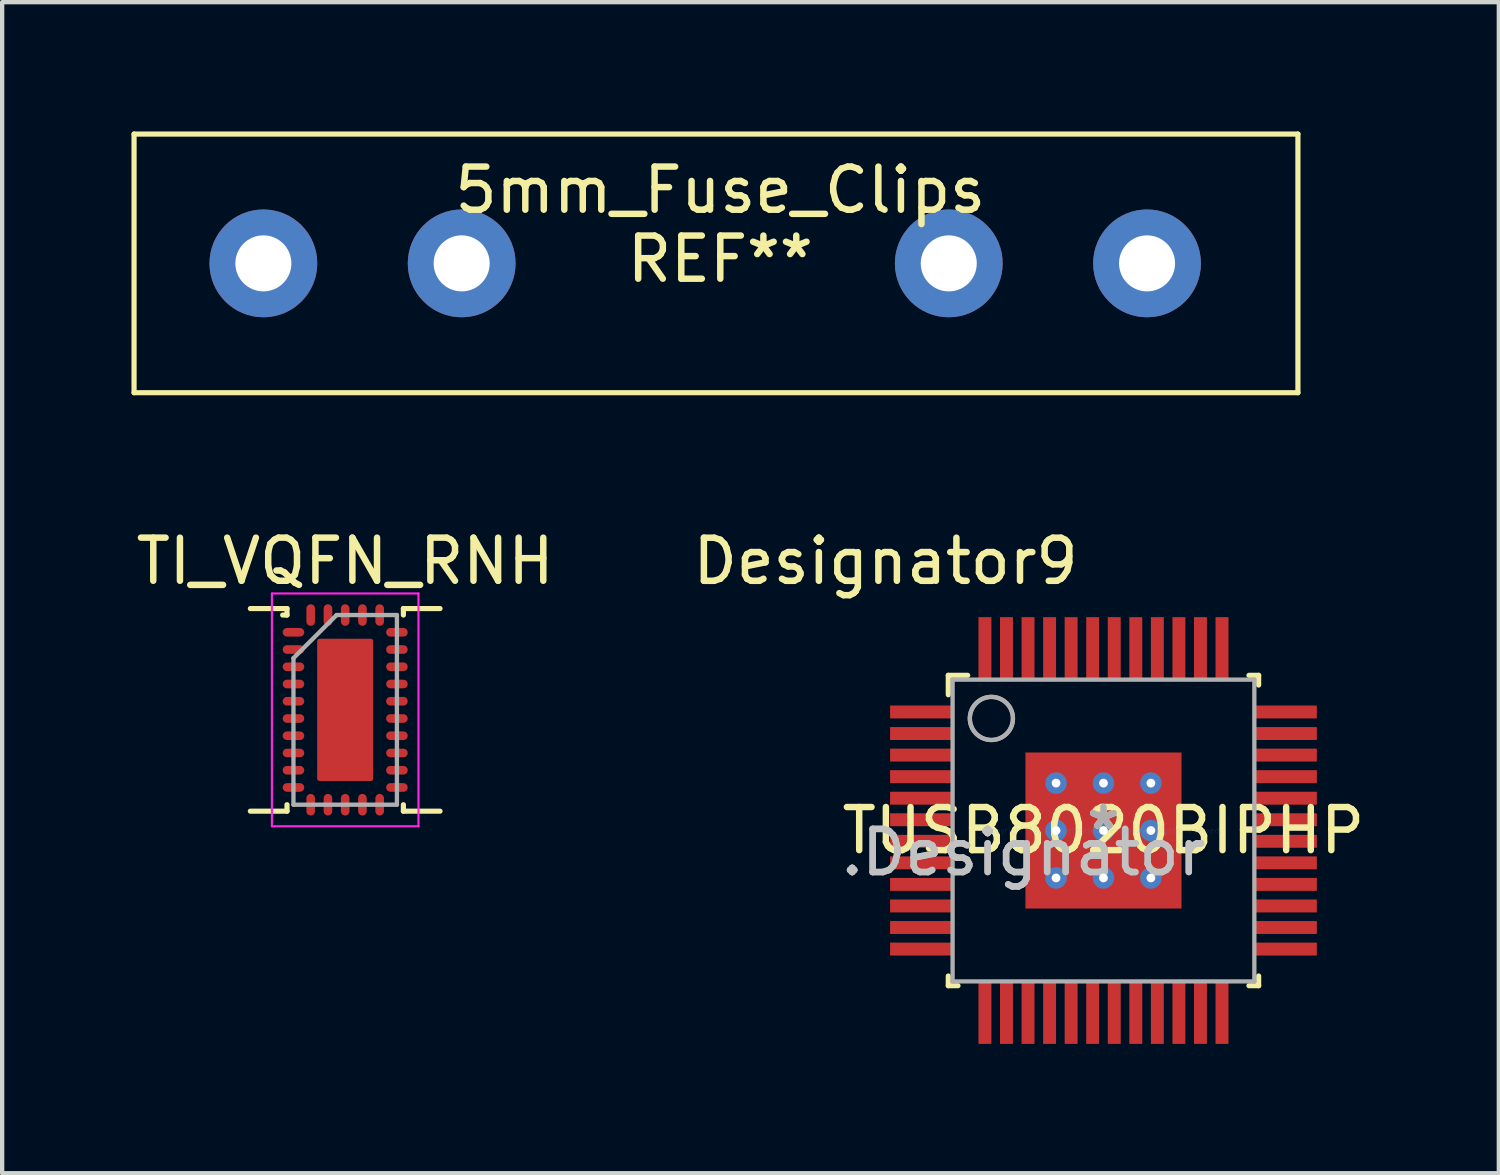
<source format=kicad_pcb>
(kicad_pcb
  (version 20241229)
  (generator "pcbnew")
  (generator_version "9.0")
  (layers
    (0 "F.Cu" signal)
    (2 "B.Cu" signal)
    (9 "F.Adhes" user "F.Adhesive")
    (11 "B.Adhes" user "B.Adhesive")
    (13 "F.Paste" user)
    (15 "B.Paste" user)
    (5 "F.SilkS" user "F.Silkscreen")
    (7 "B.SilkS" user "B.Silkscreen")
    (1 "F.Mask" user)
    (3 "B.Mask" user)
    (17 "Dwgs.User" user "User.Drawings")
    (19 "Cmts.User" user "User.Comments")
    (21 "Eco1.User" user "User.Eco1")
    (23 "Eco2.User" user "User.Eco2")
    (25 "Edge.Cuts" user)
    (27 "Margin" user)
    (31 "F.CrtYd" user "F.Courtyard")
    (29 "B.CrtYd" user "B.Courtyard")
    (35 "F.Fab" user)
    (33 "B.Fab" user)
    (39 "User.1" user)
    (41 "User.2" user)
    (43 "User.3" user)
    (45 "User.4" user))
  (footprint "5mm_Fuse_Clips"
    (layer "F.Cu")
    (at 3.06 3.06)
    (property "Reference" "5mm_Fuse_Clips" (at 10.6 -1.7 0) (layer "F.SilkS") (effects (font (size 1 1) (thickness 0.15))))
    (attr through_hole)
    (fp_line (start -3 -3) (end -3 3) (stroke (width 0.12) (type solid)) (layer "F.SilkS"))
    (fp_line (start -3 3) (end 24 3) (stroke (width 0.12) (type solid)) (layer "F.SilkS"))
    (fp_line (start 24 -3) (end -3 -3) (stroke (width 0.12) (type solid)) (layer "F.SilkS"))
    (fp_line (start 24 3) (end 24 -3) (stroke (width 0.12) (type solid)) (layer "F.SilkS"))
    (fp_text user "REF**" (at 10.6 -0.1 0) (layer "F.SilkS") (effects (font (size 1 1) (thickness 0.15))))
    (pad "1" thru_hole circle (at 0 0) (size 2.5 2.5) (drill 1.3) (layers "*.Cu" "*.Mask"))
    (pad "1" thru_hole circle (at 4.6 0) (size 2.5 2.5) (drill 1.3) (layers "*.Cu" "*.Mask"))
    (pad "2" thru_hole circle (at 15.9 0) (size 2.5 2.5) (drill 1.3) (layers "*.Cu" "*.Mask"))
    (pad "2" thru_hole circle (at 20.5 0) (size 2.5 2.5) (drill 1.3) (layers "*.Cu" "*.Mask")))
  (footprint "TUSB8020BIPHP"
    (layer "F.Cu")
    (at 22.549 16.217)
    (property "Reference" "TUSB8020BIPHP" (at 0 0 0) (layer "F.SilkS") (effects (font (size 1 1) (thickness 0.15))))
    (attr through_hole)
    (fp_line (start -3.6 -3.6) (end -3.15 -3.6) (stroke (width 0.12) (type solid)) (layer "F.SilkS"))
    (fp_line (start -3.6 -3.15) (end -3.6 -3.6) (stroke (width 0.12) (type solid)) (layer "F.SilkS"))
    (fp_line (start -3.6 3.6) (end -3.6 3.375) (stroke (width 0.12) (type solid)) (layer "F.SilkS"))
    (fp_line (start -3.6 3.6) (end -3.375 3.6) (stroke (width 0.12) (type solid)) (layer "F.SilkS"))
    (fp_line (start 3.375 -3.6) (end 3.6 -3.6) (stroke (width 0.12) (type solid)) (layer "F.SilkS"))
    (fp_line (start 3.375 3.6) (end 3.6 3.6) (stroke (width 0.12) (type solid)) (layer "F.SilkS"))
    (fp_line (start 3.6 -3.375) (end 3.6 -3.6) (stroke (width 0.12) (type solid)) (layer "F.SilkS"))
    (fp_line (start 3.6 3.6) (end 3.6 3.375) (stroke (width 0.12) (type solid)) (layer "F.SilkS"))
    (fp_line (start -3.5 -3.5) (end 3.5 -3.5) (stroke (width 0.1) (type solid)) (layer "F.Fab"))
    (fp_line (start -3.5 3.5) (end -3.5 -3.5) (stroke (width 0.1) (type solid)) (layer "F.Fab"))
    (fp_line (start -3.5 3.5) (end 3.5 3.5) (stroke (width 0.1) (type solid)) (layer "F.Fab"))
    (fp_line (start 3.5 3.5) (end 3.5 -3.5) (stroke (width 0.1) (type solid)) (layer "F.Fab"))
    (fp_circle (center -2.6 -2.6) (end -2.1 -2.6) (stroke (width 0.1) (type solid)) (fill no) (layer "F.Fab"))
    (fp_circle (center -2.6 -2.6) (end -2.1 -2.6) (stroke (width 0.1) (type solid)) (fill no) (layer "F.Fab"))
    (fp_text user "Designator9" (at -5.055 -6.248 0) (layer "F.SilkS") (effects (font (size 1 1) (thickness 0.15))))
    (fp_text user "*" (at 0 0 0) (layer "F.SilkS") (effects (font (size 1 1) (thickness 0.15))))
    (fp_text user ".Designator" (at -1.854 0.508 0) (layer "Dwgs.User") (effects (font (size 1 1) (thickness 0.15))))
    (fp_text user "Copyright 2021 Accelerated Designs. All rights reserved." (at 0 0 0) (layer "Cmts.User") (effects (font (size 0.127 0.127) (thickness 0.002))))
    (fp_text user "*" (at 0 0 0) (layer "F.Fab") (effects (font (size 1 1) (thickness 0.15))))
    (fp_text user ".Designator" (at -1.854 0.508 0) (layer "F.Fab") (effects (font (size 1 1) (thickness 0.15))))
    (pad "1" smd rect (at -4.225 -2.75 90) (size 0.3 1.45) (layers "F.Cu" "F.Mask" "F.Paste"))
    (pad "2" smd rect (at -4.225 -2.25 90) (size 0.3 1.45) (layers "F.Cu" "F.Mask" "F.Paste"))
    (pad "3" smd rect (at -4.225 -1.75 90) (size 0.3 1.45) (layers "F.Cu" "F.Mask" "F.Paste"))
    (pad "4" smd rect (at -4.225 -1.25 90) (size 0.3 1.45) (layers "F.Cu" "F.Mask" "F.Paste"))
    (pad "5" smd rect (at -4.225 -0.75 90) (size 0.3 1.45) (layers "F.Cu" "F.Mask" "F.Paste"))
    (pad "6" smd rect (at -4.225 -0.25 90) (size 0.3 1.45) (layers "F.Cu" "F.Mask" "F.Paste"))
    (pad "7" smd rect (at -4.225 0.25 90) (size 0.3 1.45) (layers "F.Cu" "F.Mask" "F.Paste"))
    (pad "8" smd rect (at -4.225 0.75 90) (size 0.3 1.45) (layers "F.Cu" "F.Mask" "F.Paste"))
    (pad "9" smd rect (at -4.225 1.25 90) (size 0.3 1.45) (layers "F.Cu" "F.Mask" "F.Paste"))
    (pad "10" smd rect (at -4.225 1.75 90) (size 0.3 1.45) (layers "F.Cu" "F.Mask" "F.Paste"))
    (pad "11" smd rect (at -4.225 2.25 90) (size 0.3 1.45) (layers "F.Cu" "F.Mask" "F.Paste"))
    (pad "12" smd rect (at -4.225 2.75 90) (size 0.3 1.45) (layers "F.Cu" "F.Mask" "F.Paste"))
    (pad "13" smd rect (at -2.75 4.225) (size 0.3 1.45) (layers "F.Cu" "F.Mask" "F.Paste"))
    (pad "14" smd rect (at -2.25 4.225) (size 0.3 1.45) (layers "F.Cu" "F.Mask" "F.Paste"))
    (pad "15" smd rect (at -1.75 4.225) (size 0.3 1.45) (layers "F.Cu" "F.Mask" "F.Paste"))
    (pad "16" smd rect (at -1.25 4.225) (size 0.3 1.45) (layers "F.Cu" "F.Mask" "F.Paste"))
    (pad "17" smd rect (at -0.75 4.225) (size 0.3 1.45) (layers "F.Cu" "F.Mask" "F.Paste"))
    (pad "18" smd rect (at -0.25 4.225) (size 0.3 1.45) (layers "F.Cu" "F.Mask" "F.Paste"))
    (pad "19" smd rect (at 0.25 4.225) (size 0.3 1.45) (layers "F.Cu" "F.Mask" "F.Paste"))
    (pad "20" smd rect (at 0.75 4.225) (size 0.3 1.45) (layers "F.Cu" "F.Mask" "F.Paste"))
    (pad "21" smd rect (at 1.25 4.225) (size 0.3 1.45) (layers "F.Cu" "F.Mask" "F.Paste"))
    (pad "22" smd rect (at 1.75 4.225) (size 0.3 1.45) (layers "F.Cu" "F.Mask" "F.Paste"))
    (pad "23" smd rect (at 2.25 4.225) (size 0.3 1.45) (layers "F.Cu" "F.Mask" "F.Paste"))
    (pad "24" smd rect (at 2.75 4.225) (size 0.3 1.45) (layers "F.Cu" "F.Mask" "F.Paste"))
    (pad "25" smd rect (at 4.225 2.75 90) (size 0.3 1.45) (layers "F.Cu" "F.Mask" "F.Paste"))
    (pad "26" smd rect (at 4.225 2.25 90) (size 0.3 1.45) (layers "F.Cu" "F.Mask" "F.Paste"))
    (pad "27" smd rect (at 4.225 1.75 90) (size 0.3 1.45) (layers "F.Cu" "F.Mask" "F.Paste"))
    (pad "28" smd rect (at 4.225 1.25 90) (size 0.3 1.45) (layers "F.Cu" "F.Mask" "F.Paste"))
    (pad "29" smd rect (at 4.225 0.75 90) (size 0.3 1.45) (layers "F.Cu" "F.Mask" "F.Paste"))
    (pad "30" smd rect (at 4.225 0.25 90) (size 0.3 1.45) (layers "F.Cu" "F.Mask" "F.Paste"))
    (pad "31" smd rect (at 4.225 -0.25 90) (size 0.3 1.45) (layers "F.Cu" "F.Mask" "F.Paste"))
    (pad "32" smd rect (at 4.225 -0.75 90) (size 0.3 1.45) (layers "F.Cu" "F.Mask" "F.Paste"))
    (pad "33" smd rect (at 4.225 -1.25 90) (size 0.3 1.45) (layers "F.Cu" "F.Mask" "F.Paste"))
    (pad "34" smd rect (at 4.225 -1.75 90) (size 0.3 1.45) (layers "F.Cu" "F.Mask" "F.Paste"))
    (pad "35" smd rect (at 4.225 -2.25 90) (size 0.3 1.45) (layers "F.Cu" "F.Mask" "F.Paste"))
    (pad "36" smd rect (at 4.225 -2.75 90) (size 0.3 1.45) (layers "F.Cu" "F.Mask" "F.Paste"))
    (pad "37" smd rect (at 2.75 -4.225) (size 0.3 1.45) (layers "F.Cu" "F.Mask" "F.Paste"))
    (pad "38" smd rect (at 2.25 -4.225) (size 0.3 1.45) (layers "F.Cu" "F.Mask" "F.Paste"))
    (pad "39" smd rect (at 1.75 -4.225) (size 0.3 1.45) (layers "F.Cu" "F.Mask" "F.Paste"))
    (pad "40" smd rect (at 1.25 -4.225) (size 0.3 1.45) (layers "F.Cu" "F.Mask" "F.Paste"))
    (pad "41" smd rect (at 0.75 -4.225) (size 0.3 1.45) (layers "F.Cu" "F.Mask" "F.Paste"))
    (pad "42" smd rect (at 0.25 -4.225) (size 0.3 1.45) (layers "F.Cu" "F.Mask" "F.Paste"))
    (pad "43" smd rect (at -0.25 -4.225) (size 0.3 1.45) (layers "F.Cu" "F.Mask" "F.Paste"))
    (pad "44" smd rect (at -0.75 -4.225) (size 0.3 1.45) (layers "F.Cu" "F.Mask" "F.Paste"))
    (pad "45" smd rect (at -1.25 -4.225) (size 0.3 1.45) (layers "F.Cu" "F.Mask" "F.Paste"))
    (pad "46" smd rect (at -1.75 -4.225) (size 0.3 1.45) (layers "F.Cu" "F.Mask" "F.Paste"))
    (pad "47" smd rect (at -2.25 -4.225) (size 0.3 1.45) (layers "F.Cu" "F.Mask" "F.Paste"))
    (pad "48" smd rect (at -2.75 -4.225) (size 0.3 1.45) (layers "F.Cu" "F.Mask" "F.Paste"))
    (pad "49" smd rect (at 0 -0.000003) (size 3.62 3.62) (layers "F.Cu" "F.Mask" "F.Paste"))
    (pad "V" thru_hole circle (at -1.1 -1.1) (size 0.5 0.5) (drill 0.203) (layers "*.Cu" "*.Mask"))
    (pad "V" thru_hole circle (at -1.1 0) (size 0.5 0.5) (drill 0.203) (layers "*.Cu" "*.Mask"))
    (pad "V" thru_hole circle (at -1.1 1.1) (size 0.5 0.5) (drill 0.203) (layers "*.Cu" "*.Mask"))
    (pad "V" thru_hole circle (at 0 -1.1) (size 0.5 0.5) (drill 0.203) (layers "*.Cu" "*.Mask"))
    (pad "V" thru_hole circle (at 0 0) (size 0.5 0.5) (drill 0.203) (layers "*.Cu" "*.Mask"))
    (pad "V" thru_hole circle (at 0 1.1) (size 0.5 0.5) (drill 0.203) (layers "*.Cu" "*.Mask"))
    (pad "V" thru_hole circle (at 1.1 -1.1) (size 0.5 0.5) (drill 0.203) (layers "*.Cu" "*.Mask"))
    (pad "V" thru_hole circle (at 1.1 0) (size 0.5 0.5) (drill 0.203) (layers "*.Cu" "*.Mask"))
    (pad "V" thru_hole circle (at 1.1 1.1) (size 0.5 0.5) (drill 0.203) (layers "*.Cu" "*.Mask")))
  (footprint "TI_VQFN_RNH"
    (layer "F.Cu")
    (at 4.958 13.418)
    (property "Reference" "TI_VQFN_RNH" (at 0 -3.45 0) (layer "F.SilkS") (effects (font (size 1 1) (thickness 0.15))))
    (attr smd)
    (fp_line (start -2.2 -2.35) (end -1.35 -2.35) (stroke (width 0.12) (type solid)) (layer "F.SilkS"))
    (fp_line (start -2.2 2.35) (end -1.35 2.35) (stroke (width 0.12) (type solid)) (layer "F.SilkS"))
    (fp_line (start -1.35 -2.35) (end -1.35 -2.2) (stroke (width 0.12) (type solid)) (layer "F.SilkS"))
    (fp_line (start -1.35 -2.2) (end -1.45 -2.2) (stroke (width 0.12) (type solid)) (layer "F.SilkS"))
    (fp_line (start -1.35 2.35) (end -1.35 2.2) (stroke (width 0.12) (type solid)) (layer "F.SilkS"))
    (fp_line (start 1.35 -2.35) (end 1.35 -2.2) (stroke (width 0.12) (type solid)) (layer "F.SilkS"))
    (fp_line (start 1.35 2.35) (end 1.35 2.2) (stroke (width 0.12) (type solid)) (layer "F.SilkS"))
    (fp_line (start 2.2 -2.35) (end 1.35 -2.35) (stroke (width 0.12) (type solid)) (layer "F.SilkS"))
    (fp_line (start 2.2 2.35) (end 1.35 2.35) (stroke (width 0.12) (type solid)) (layer "F.SilkS"))
    (fp_line (start -1.7 -2.7) (end 1.7 -2.7) (stroke (width 0.05) (type solid)) (layer "F.CrtYd"))
    (fp_line (start -1.7 2.7) (end -1.7 -2.7) (stroke (width 0.05) (type solid)) (layer "F.CrtYd"))
    (fp_line (start 1.7 -2.7) (end 1.7 2.7) (stroke (width 0.05) (type solid)) (layer "F.CrtYd"))
    (fp_line (start 1.7 2.7) (end -1.7 2.7) (stroke (width 0.05) (type solid)) (layer "F.CrtYd"))
    (fp_line (start -1.2 -1.2) (end -1.2 2.2) (stroke (width 0.1) (type solid)) (layer "F.Fab"))
    (fp_line (start -1.2 2.2) (end 1.2 2.2) (stroke (width 0.1) (type solid)) (layer "F.Fab"))
    (fp_line (start -0.2 -2.2) (end -1.2 -1.2) (stroke (width 0.1) (type solid)) (layer "F.Fab"))
    (fp_line (start 1.2 -2.2) (end -0.2 -2.2) (stroke (width 0.1) (type solid)) (layer "F.Fab"))
    (fp_line (start 1.2 2.2) (end 1.2 -2.2) (stroke (width 0.1) (type solid)) (layer "F.Fab"))
    (pad "1" smd oval (at -1.2 -1.8 90) (size 0.2 0.5) (layers "F.Cu" "F.Mask" "F.Paste"))
    (pad "2" smd oval (at -1.2 -1.4 90) (size 0.2 0.5) (layers "F.Cu" "F.Mask" "F.Paste"))
    (pad "3" smd oval (at -1.2 -1 90) (size 0.2 0.5) (layers "F.Cu" "F.Mask" "F.Paste"))
    (pad "4" smd oval (at -1.2 -0.6 90) (size 0.2 0.5) (layers "F.Cu" "F.Mask" "F.Paste"))
    (pad "5" smd oval (at -1.2 -0.2 90) (size 0.2 0.5) (layers "F.Cu" "F.Mask" "F.Paste"))
    (pad "6" smd oval (at -1.2 0.2 90) (size 0.2 0.5) (layers "F.Cu" "F.Mask" "F.Paste"))
    (pad "7" smd oval (at -1.2 0.6 90) (size 0.2 0.5) (layers "F.Cu" "F.Mask" "F.Paste"))
    (pad "8" smd oval (at -1.2 1 90) (size 0.2 0.5) (layers "F.Cu" "F.Mask" "F.Paste"))
    (pad "9" smd oval (at -1.2 1.4 90) (size 0.2 0.5) (layers "F.Cu" "F.Mask" "F.Paste"))
    (pad "10" smd oval (at -1.2 1.8 90) (size 0.2 0.5) (layers "F.Cu" "F.Mask" "F.Paste"))
    (pad "11" smd oval (at -0.8 2.2) (size 0.2 0.5) (layers "F.Cu" "F.Mask" "F.Paste"))
    (pad "12" smd oval (at -0.4 2.2) (size 0.2 0.5) (layers "F.Cu" "F.Mask" "F.Paste"))
    (pad "13" smd oval (at 0 2.2) (size 0.2 0.5) (layers "F.Cu" "F.Mask" "F.Paste"))
    (pad "14" smd oval (at 0.4 2.2) (size 0.2 0.5) (layers "F.Cu" "F.Mask" "F.Paste"))
    (pad "15" smd oval (at 0.8 2.2) (size 0.2 0.5) (layers "F.Cu" "F.Mask" "F.Paste"))
    (pad "16" smd oval (at 1.2 1.8 90) (size 0.2 0.5) (layers "F.Cu" "F.Mask" "F.Paste"))
    (pad "17" smd oval (at 1.2 1.4 90) (size 0.2 0.5) (layers "F.Cu" "F.Mask" "F.Paste"))
    (pad "18" smd oval (at 1.2 1 90) (size 0.2 0.5) (layers "F.Cu" "F.Mask" "F.Paste"))
    (pad "19" smd oval (at 1.2 0.6 90) (size 0.2 0.5) (layers "F.Cu" "F.Mask" "F.Paste"))
    (pad "20" smd oval (at 1.2 0.2 90) (size 0.2 0.5) (layers "F.Cu" "F.Mask" "F.Paste"))
    (pad "21" smd oval (at 1.2 -0.2 90) (size 0.2 0.5) (layers "F.Cu" "F.Mask" "F.Paste"))
    (pad "22" smd oval (at 1.2 -0.6 90) (size 0.2 0.5) (layers "F.Cu" "F.Mask" "F.Paste"))
    (pad "23" smd oval (at 1.2 -1 90) (size 0.2 0.5) (layers "F.Cu" "F.Mask" "F.Paste"))
    (pad "24" smd oval (at 1.2 -1.4 90) (size 0.2 0.5) (layers "F.Cu" "F.Mask" "F.Paste"))
    (pad "25" smd oval (at 1.2 -1.8 90) (size 0.2 0.5) (layers "F.Cu" "F.Mask" "F.Paste"))
    (pad "26" smd oval (at 0.8 -2.2) (size 0.2 0.5) (layers "F.Cu" "F.Mask" "F.Paste"))
    (pad "27" smd oval (at 0.4 -2.2) (size 0.2 0.5) (layers "F.Cu" "F.Mask" "F.Paste"))
    (pad "28" smd oval (at 0 -2.2) (size 0.2 0.5) (layers "F.Cu" "F.Mask" "F.Paste"))
    (pad "28" smd custom (at 0 0) (size 1 1) (layers "F.Cu" "F.Mask" "F.Paste") (options (anchor circle)) (primitives (gr_poly (pts (xy 0.6 1.6) (xy -0.6 1.6) (xy -0.6 -1.6) (xy 0.6 -1.6)) (width 0.1) (fill yes))))
    (pad "29" smd oval (at -0.4 -2.2) (size 0.2 0.5) (layers "F.Cu" "F.Mask" "F.Paste"))
    (pad "30" smd oval (at -0.8 -2.2) (size 0.2 0.5) (layers "F.Cu" "F.Mask" "F.Paste")))
  (gr_rect
    (start -3 -3)
    (end 31.721 24.167)
    (stroke (width 0.1) (type default))
    (fill no)
    (layer "Edge.Cuts")))
</source>
